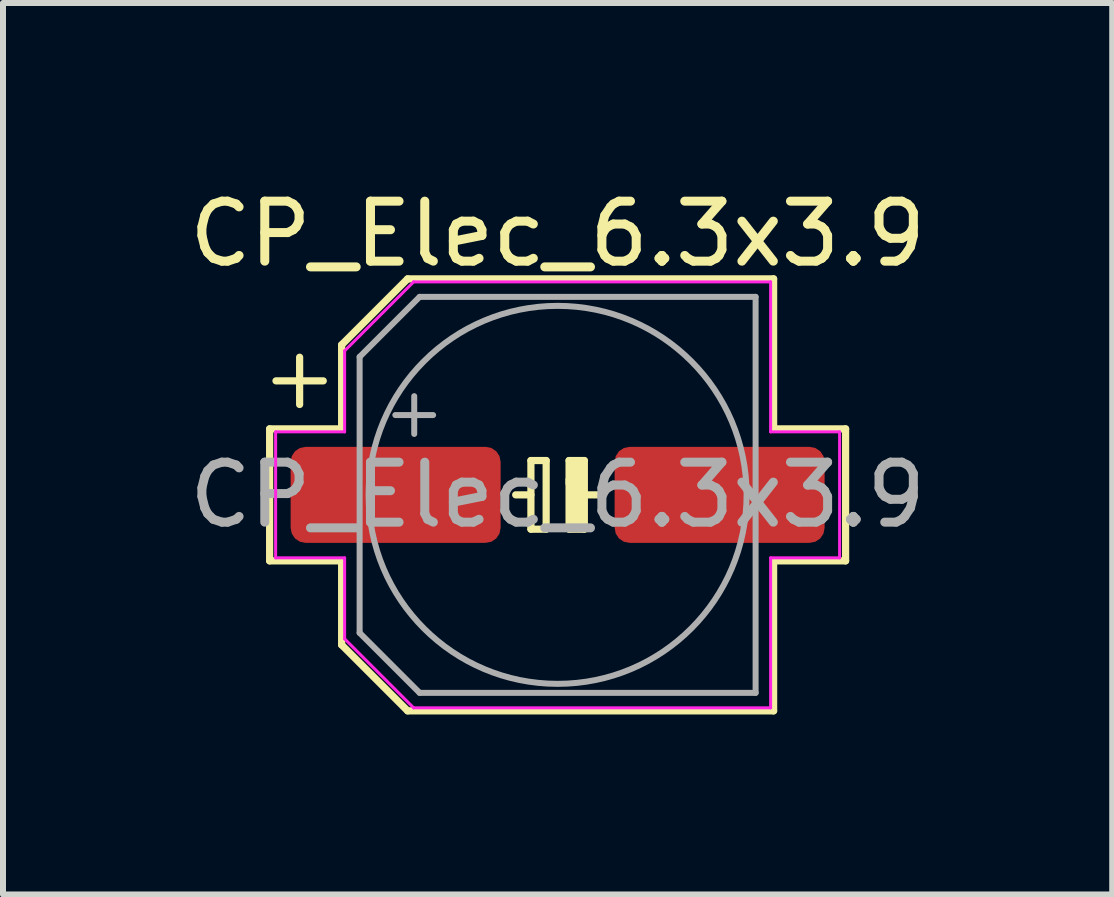
<source format=kicad_pcb>
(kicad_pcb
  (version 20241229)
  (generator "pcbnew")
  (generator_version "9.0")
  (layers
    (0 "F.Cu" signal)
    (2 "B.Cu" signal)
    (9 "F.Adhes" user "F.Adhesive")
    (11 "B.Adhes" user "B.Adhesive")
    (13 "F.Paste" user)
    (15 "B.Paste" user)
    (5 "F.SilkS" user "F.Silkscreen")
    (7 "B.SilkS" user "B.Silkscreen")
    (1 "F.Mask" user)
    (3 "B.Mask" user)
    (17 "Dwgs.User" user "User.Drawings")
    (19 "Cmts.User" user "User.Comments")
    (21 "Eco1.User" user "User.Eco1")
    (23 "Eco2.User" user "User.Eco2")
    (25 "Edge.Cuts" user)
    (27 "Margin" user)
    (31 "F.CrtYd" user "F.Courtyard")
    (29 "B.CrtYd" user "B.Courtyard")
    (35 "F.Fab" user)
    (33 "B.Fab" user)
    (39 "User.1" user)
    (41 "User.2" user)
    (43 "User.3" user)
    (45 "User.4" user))
  (footprint "CP_Elec_6.3x3.9"
    (layer "F.Cu")
    (at 6.244 5.198)
    (property "Reference" "CP_Elec_6.3x3.9" (at 0 -4.35 0) (layer "F.SilkS") (effects (font (size 1 1) (thickness 0.15))))
    (attr smd)
    (fp_line (start -4.8 -1.1) (end -3.6 -1.1) (stroke (width 0.12) (type solid)) (layer "F.SilkS"))
    (fp_line (start -4.8 1.1) (end -4.8 -1.1) (stroke (width 0.12) (type solid)) (layer "F.SilkS"))
    (fp_line (start -4.694 -1.9) (end -3.906 -1.9) (stroke (width 0.12) (type solid)) (layer "F.SilkS"))
    (fp_line (start -4.3 -2.294) (end -4.3 -1.506) (stroke (width 0.12) (type solid)) (layer "F.SilkS"))
    (fp_line (start -3.6 -2.5) (end -2.5 -3.6) (stroke (width 0.12) (type solid)) (layer "F.SilkS"))
    (fp_line (start -3.6 -2.4) (end -3.6 -2.5) (stroke (width 0.12) (type solid)) (layer "F.SilkS"))
    (fp_line (start -3.6 -1.1) (end -3.6 -2.4) (stroke (width 0.12) (type solid)) (layer "F.SilkS"))
    (fp_line (start -3.6 1.1) (end -4.8 1.1) (stroke (width 0.12) (type solid)) (layer "F.SilkS"))
    (fp_line (start -3.6 2.5) (end -3.6 1.1) (stroke (width 0.12) (type solid)) (layer "F.SilkS"))
    (fp_line (start -2.5 -3.6) (end 3.6 -3.6) (stroke (width 0.12) (type solid)) (layer "F.SilkS"))
    (fp_line (start -2.5 3.6) (end -3.6 2.5) (stroke (width 0.12) (type solid)) (layer "F.SilkS"))
    (fp_line (start -0.445 -0.572) (end -0.191 -0.572) (stroke (width 0.12) (type solid)) (layer "F.SilkS"))
    (fp_line (start -0.445 0) (end -0.699 0) (stroke (width 0.12) (type solid)) (layer "F.SilkS"))
    (fp_line (start -0.445 0.572) (end -0.445 -0.572) (stroke (width 0.12) (type solid)) (layer "F.SilkS"))
    (fp_line (start -0.191 -0.572) (end -0.191 0.572) (stroke (width 0.12) (type solid)) (layer "F.SilkS"))
    (fp_line (start -0.191 0.572) (end -0.445 0.572) (stroke (width 0.12) (type solid)) (layer "F.SilkS"))
    (fp_line (start 0.191 -0.572) (end 0.191 -0.191) (stroke (width 0.12) (type solid)) (layer "F.SilkS"))
    (fp_line (start 0.191 -0.572) (end 0.445 -0.572) (stroke (width 0.12) (type solid)) (layer "F.SilkS"))
    (fp_line (start 0.191 -0.254) (end 0.191 0.572) (stroke (width 0.12) (type solid)) (layer "F.SilkS"))
    (fp_line (start 0.445 0) (end 0.699 0) (stroke (width 0.12) (type solid)) (layer "F.SilkS"))
    (fp_line (start 0.445 0.572) (end 0.191 0.572) (stroke (width 0.12) (type solid)) (layer "F.SilkS"))
    (fp_line (start 0.445 0.572) (end 0.445 -0.572) (stroke (width 0.12) (type solid)) (layer "F.SilkS"))
    (fp_line (start 3.6 -3.6) (end 3.6 -1.1) (stroke (width 0.12) (type solid)) (layer "F.SilkS"))
    (fp_line (start 3.6 -1.1) (end 4.8 -1.1) (stroke (width 0.12) (type solid)) (layer "F.SilkS"))
    (fp_line (start 3.6 1.1) (end 3.6 3.6) (stroke (width 0.12) (type solid)) (layer "F.SilkS"))
    (fp_line (start 3.6 3.6) (end -2.5 3.6) (stroke (width 0.12) (type solid)) (layer "F.SilkS"))
    (fp_line (start 4.8 -1.1) (end 4.8 1.1) (stroke (width 0.12) (type solid)) (layer "F.SilkS"))
    (fp_line (start 4.8 1.1) (end 3.6 1.1) (stroke (width 0.12) (type solid)) (layer "F.SilkS"))
    (fp_poly (pts (xy 0.445 0.572) (xy 0.191 0.572) (xy 0.191 -0.572) (xy 0.445 -0.572)) (stroke (width 0.1) (type solid)) (fill yes) (layer "F.SilkS"))
    (fp_line (start -4.7 -1.05) (end -4.7 1.05) (stroke (width 0.05) (type solid)) (layer "F.CrtYd"))
    (fp_line (start -4.7 1.05) (end -3.55 1.05) (stroke (width 0.05) (type solid)) (layer "F.CrtYd"))
    (fp_line (start -3.55 -2.4) (end -3.55 -1.05) (stroke (width 0.05) (type solid)) (layer "F.CrtYd"))
    (fp_line (start -3.55 -2.4) (end -2.4 -3.55) (stroke (width 0.05) (type solid)) (layer "F.CrtYd"))
    (fp_line (start -3.55 -1.05) (end -4.7 -1.05) (stroke (width 0.05) (type solid)) (layer "F.CrtYd"))
    (fp_line (start -3.55 1.05) (end -3.55 2.4) (stroke (width 0.05) (type solid)) (layer "F.CrtYd"))
    (fp_line (start -3.55 2.4) (end -2.4 3.55) (stroke (width 0.05) (type solid)) (layer "F.CrtYd"))
    (fp_line (start -2.4 -3.55) (end 3.55 -3.55) (stroke (width 0.05) (type solid)) (layer "F.CrtYd"))
    (fp_line (start -2.4 3.55) (end 3.55 3.55) (stroke (width 0.05) (type solid)) (layer "F.CrtYd"))
    (fp_line (start 3.55 -3.55) (end 3.55 -1.05) (stroke (width 0.05) (type solid)) (layer "F.CrtYd"))
    (fp_line (start 3.55 -1.05) (end 4.7 -1.05) (stroke (width 0.05) (type solid)) (layer "F.CrtYd"))
    (fp_line (start 3.55 1.05) (end 3.55 3.55) (stroke (width 0.05) (type solid)) (layer "F.CrtYd"))
    (fp_line (start 4.7 -1.05) (end 4.7 1.05) (stroke (width 0.05) (type solid)) (layer "F.CrtYd"))
    (fp_line (start 4.7 1.05) (end 3.55 1.05) (stroke (width 0.05) (type solid)) (layer "F.CrtYd"))
    (fp_line (start -3.3 -2.3) (end -3.3 2.3) (stroke (width 0.1) (type solid)) (layer "F.Fab"))
    (fp_line (start -3.3 -2.3) (end -2.3 -3.3) (stroke (width 0.1) (type solid)) (layer "F.Fab"))
    (fp_line (start -3.3 2.3) (end -2.3 3.3) (stroke (width 0.1) (type solid)) (layer "F.Fab"))
    (fp_line (start -2.705 -1.33) (end -2.075 -1.33) (stroke (width 0.1) (type solid)) (layer "F.Fab"))
    (fp_line (start -2.39 -1.645) (end -2.39 -1.015) (stroke (width 0.1) (type solid)) (layer "F.Fab"))
    (fp_line (start -2.3 -3.3) (end 3.3 -3.3) (stroke (width 0.1) (type solid)) (layer "F.Fab"))
    (fp_line (start -2.3 3.3) (end 3.3 3.3) (stroke (width 0.1) (type solid)) (layer "F.Fab"))
    (fp_line (start 3.3 -3.3) (end 3.3 3.3) (stroke (width 0.1) (type solid)) (layer "F.Fab"))
    (fp_circle (center 0 0) (end 3.15 0) (stroke (width 0.1) (type solid)) (fill no) (layer "F.Fab"))
    (fp_text user "${REFERENCE}" (at 0 0 0) (layer "F.Fab") (effects (font (size 1 1) (thickness 0.15))))
    (pad "1" smd roundrect (at -2.7 0) (size 3.5 1.6) (layers "F.Cu" "F.Mask" "F.Paste") (roundrect_rratio 0.156))
    (pad "2" smd roundrect (at 2.7 0) (size 3.5 1.6) (layers "F.Cu" "F.Mask" "F.Paste") (roundrect_rratio 0.156)))
  (gr_rect
    (start -3 -3)
    (end 15.488 11.858)
    (stroke (width 0.1) (type default))
    (fill no)
    (layer "Edge.Cuts")))
</source>
